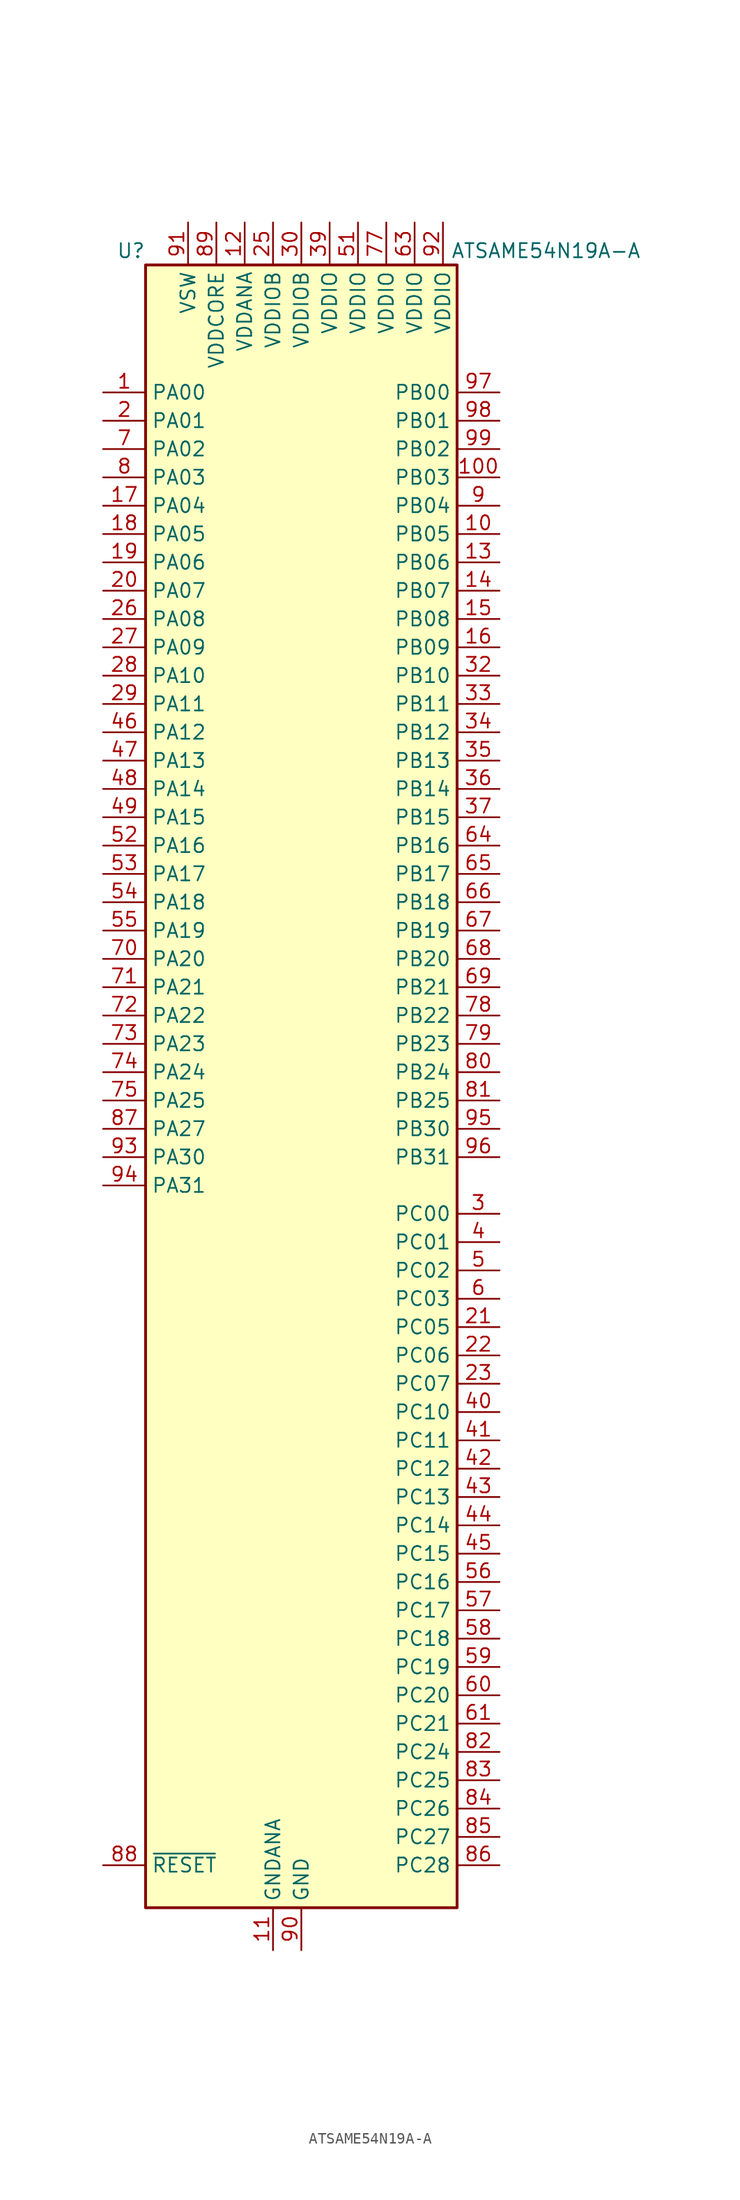
<source format=kicad_sym>
(kicad_symbol_lib
  (version 20201005)
  (generator kicad_symbol_editor)
  (symbol "ATSAME54N19A-A"
    (property "Reference" "U"
      (at -13.97 76.2 0)
      (effects (font (size 1.27 1.27)) (justify right)))
    (property "Value" "ATSAME54N19A-A"
      (at 30.48 76.2 0)
      (effects (font (size 1.27 1.27)) (justify right)))
    (symbol "ATSAME54N19A-A_1_1"
      (rectangle (start -13.97 74.93) (end 13.97 -72.39) (stroke (width 0.254)) (fill (type background)))
      (pin bidirectional line (at -17.78 63.5 0) (length 3.81) (name "PA00" (effects (font (size 1.27 1.27)))) (number "1" (effects (font (size 1.27 1.27)))))
      (pin bidirectional line (at 17.78 50.8 180) (length 3.81) (name "PB05" (effects (font (size 1.27 1.27)))) (number "10" (effects (font (size 1.27 1.27)))))
      (pin bidirectional line (at 17.78 55.88 180) (length 3.81) (name "PB03" (effects (font (size 1.27 1.27)))) (number "100" (effects (font (size 1.27 1.27)))))
      (pin power_in line (at -2.54 -76.2 90) (length 3.81) (name "GNDANA" (effects (font (size 1.27 1.27)))) (number "11" (effects (font (size 1.27 1.27)))))
      (pin power_in line (at -5.08 78.74 270) (length 3.81) (name "VDDANA" (effects (font (size 1.27 1.27)))) (number "12" (effects (font (size 1.27 1.27)))))
      (pin bidirectional line (at 17.78 48.26 180) (length 3.81) (name "PB06" (effects (font (size 1.27 1.27)))) (number "13" (effects (font (size 1.27 1.27)))))
      (pin bidirectional line (at 17.78 45.72 180) (length 3.81) (name "PB07" (effects (font (size 1.27 1.27)))) (number "14" (effects (font (size 1.27 1.27)))))
      (pin bidirectional line (at 17.78 43.18 180) (length 3.81) (name "PB08" (effects (font (size 1.27 1.27)))) (number "15" (effects (font (size 1.27 1.27)))))
      (pin bidirectional line (at 17.78 40.64 180) (length 3.81) (name "PB09" (effects (font (size 1.27 1.27)))) (number "16" (effects (font (size 1.27 1.27)))))
      (pin bidirectional line (at -17.78 53.34 0) (length 3.81) (name "PA04" (effects (font (size 1.27 1.27)))) (number "17" (effects (font (size 1.27 1.27)))))
      (pin bidirectional line (at -17.78 50.8 0) (length 3.81) (name "PA05" (effects (font (size 1.27 1.27)))) (number "18" (effects (font (size 1.27 1.27)))))
      (pin bidirectional line (at -17.78 48.26 0) (length 3.81) (name "PA06" (effects (font (size 1.27 1.27)))) (number "19" (effects (font (size 1.27 1.27)))))
      (pin bidirectional line (at -17.78 60.96 0) (length 3.81) (name "PA01" (effects (font (size 1.27 1.27)))) (number "2" (effects (font (size 1.27 1.27)))))
      (pin bidirectional line (at -17.78 45.72 0) (length 3.81) (name "PA07" (effects (font (size 1.27 1.27)))) (number "20" (effects (font (size 1.27 1.27)))))
      (pin bidirectional line (at 17.78 -20.32 180) (length 3.81) (name "PC05" (effects (font (size 1.27 1.27)))) (number "21" (effects (font (size 1.27 1.27)))))
      (pin bidirectional line (at 17.78 -22.86 180) (length 3.81) (name "PC06" (effects (font (size 1.27 1.27)))) (number "22" (effects (font (size 1.27 1.27)))))
      (pin bidirectional line (at 17.78 -25.4 180) (length 3.81) (name "PC07" (effects (font (size 1.27 1.27)))) (number "23" (effects (font (size 1.27 1.27)))))
      (pin passive line (at 0 -76.2 90) (length 3.81) hide (name "GND" (effects (font (size 1.27 1.27)))) (number "24" (effects (font (size 1.27 1.27)))))
      (pin power_in line (at -2.54 78.74 270) (length 3.81) (name "VDDIOB" (effects (font (size 1.27 1.27)))) (number "25" (effects (font (size 1.27 1.27)))))
      (pin bidirectional line (at -17.78 43.18 0) (length 3.81) (name "PA08" (effects (font (size 1.27 1.27)))) (number "26" (effects (font (size 1.27 1.27)))))
      (pin bidirectional line (at -17.78 40.64 0) (length 3.81) (name "PA09" (effects (font (size 1.27 1.27)))) (number "27" (effects (font (size 1.27 1.27)))))
      (pin bidirectional line (at -17.78 38.1 0) (length 3.81) (name "PA10" (effects (font (size 1.27 1.27)))) (number "28" (effects (font (size 1.27 1.27)))))
      (pin bidirectional line (at -17.78 35.56 0) (length 3.81) (name "PA11" (effects (font (size 1.27 1.27)))) (number "29" (effects (font (size 1.27 1.27)))))
      (pin bidirectional line (at 17.78 -10.16 180) (length 3.81) (name "PC00" (effects (font (size 1.27 1.27)))) (number "3" (effects (font (size 1.27 1.27)))))
      (pin power_in line (at 0 78.74 270) (length 3.81) (name "VDDIOB" (effects (font (size 1.27 1.27)))) (number "30" (effects (font (size 1.27 1.27)))))
      (pin passive line (at 0 -76.2 90) (length 3.81) hide (name "GND" (effects (font (size 1.27 1.27)))) (number "31" (effects (font (size 1.27 1.27)))))
      (pin bidirectional line (at 17.78 38.1 180) (length 3.81) (name "PB10" (effects (font (size 1.27 1.27)))) (number "32" (effects (font (size 1.27 1.27)))))
      (pin bidirectional line (at 17.78 35.56 180) (length 3.81) (name "PB11" (effects (font (size 1.27 1.27)))) (number "33" (effects (font (size 1.27 1.27)))))
      (pin bidirectional line (at 17.78 33.02 180) (length 3.81) (name "PB12" (effects (font (size 1.27 1.27)))) (number "34" (effects (font (size 1.27 1.27)))))
      (pin bidirectional line (at 17.78 30.48 180) (length 3.81) (name "PB13" (effects (font (size 1.27 1.27)))) (number "35" (effects (font (size 1.27 1.27)))))
      (pin bidirectional line (at 17.78 27.94 180) (length 3.81) (name "PB14" (effects (font (size 1.27 1.27)))) (number "36" (effects (font (size 1.27 1.27)))))
      (pin bidirectional line (at 17.78 25.4 180) (length 3.81) (name "PB15" (effects (font (size 1.27 1.27)))) (number "37" (effects (font (size 1.27 1.27)))))
      (pin passive line (at 0 -76.2 90) (length 3.81) hide (name "GND" (effects (font (size 1.27 1.27)))) (number "38" (effects (font (size 1.27 1.27)))))
      (pin power_in line (at 2.54 78.74 270) (length 3.81) (name "VDDIO" (effects (font (size 1.27 1.27)))) (number "39" (effects (font (size 1.27 1.27)))))
      (pin bidirectional line (at 17.78 -12.7 180) (length 3.81) (name "PC01" (effects (font (size 1.27 1.27)))) (number "4" (effects (font (size 1.27 1.27)))))
      (pin bidirectional line (at 17.78 -27.94 180) (length 3.81) (name "PC10" (effects (font (size 1.27 1.27)))) (number "40" (effects (font (size 1.27 1.27)))))
      (pin bidirectional line (at 17.78 -30.48 180) (length 3.81) (name "PC11" (effects (font (size 1.27 1.27)))) (number "41" (effects (font (size 1.27 1.27)))))
      (pin bidirectional line (at 17.78 -33.02 180) (length 3.81) (name "PC12" (effects (font (size 1.27 1.27)))) (number "42" (effects (font (size 1.27 1.27)))))
      (pin bidirectional line (at 17.78 -35.56 180) (length 3.81) (name "PC13" (effects (font (size 1.27 1.27)))) (number "43" (effects (font (size 1.27 1.27)))))
      (pin bidirectional line (at 17.78 -38.1 180) (length 3.81) (name "PC14" (effects (font (size 1.27 1.27)))) (number "44" (effects (font (size 1.27 1.27)))))
      (pin bidirectional line (at 17.78 -40.64 180) (length 3.81) (name "PC15" (effects (font (size 1.27 1.27)))) (number "45" (effects (font (size 1.27 1.27)))))
      (pin bidirectional line (at -17.78 33.02 0) (length 3.81) (name "PA12" (effects (font (size 1.27 1.27)))) (number "46" (effects (font (size 1.27 1.27)))))
      (pin bidirectional line (at -17.78 30.48 0) (length 3.81) (name "PA13" (effects (font (size 1.27 1.27)))) (number "47" (effects (font (size 1.27 1.27)))))
      (pin bidirectional line (at -17.78 27.94 0) (length 3.81) (name "PA14" (effects (font (size 1.27 1.27)))) (number "48" (effects (font (size 1.27 1.27)))))
      (pin bidirectional line (at -17.78 25.4 0) (length 3.81) (name "PA15" (effects (font (size 1.27 1.27)))) (number "49" (effects (font (size 1.27 1.27)))))
      (pin bidirectional line (at 17.78 -15.24 180) (length 3.81) (name "PC02" (effects (font (size 1.27 1.27)))) (number "5" (effects (font (size 1.27 1.27)))))
      (pin passive line (at 0 -76.2 90) (length 3.81) hide (name "GND" (effects (font (size 1.27 1.27)))) (number "50" (effects (font (size 1.27 1.27)))))
      (pin power_in line (at 5.08 78.74 270) (length 3.81) (name "VDDIO" (effects (font (size 1.27 1.27)))) (number "51" (effects (font (size 1.27 1.27)))))
      (pin bidirectional line (at -17.78 22.86 0) (length 3.81) (name "PA16" (effects (font (size 1.27 1.27)))) (number "52" (effects (font (size 1.27 1.27)))))
      (pin bidirectional line (at -17.78 20.32 0) (length 3.81) (name "PA17" (effects (font (size 1.27 1.27)))) (number "53" (effects (font (size 1.27 1.27)))))
      (pin bidirectional line (at -17.78 17.78 0) (length 3.81) (name "PA18" (effects (font (size 1.27 1.27)))) (number "54" (effects (font (size 1.27 1.27)))))
      (pin bidirectional line (at -17.78 15.24 0) (length 3.81) (name "PA19" (effects (font (size 1.27 1.27)))) (number "55" (effects (font (size 1.27 1.27)))))
      (pin bidirectional line (at 17.78 -43.18 180) (length 3.81) (name "PC16" (effects (font (size 1.27 1.27)))) (number "56" (effects (font (size 1.27 1.27)))))
      (pin bidirectional line (at 17.78 -45.72 180) (length 3.81) (name "PC17" (effects (font (size 1.27 1.27)))) (number "57" (effects (font (size 1.27 1.27)))))
      (pin bidirectional line (at 17.78 -48.26 180) (length 3.81) (name "PC18" (effects (font (size 1.27 1.27)))) (number "58" (effects (font (size 1.27 1.27)))))
      (pin bidirectional line (at 17.78 -50.8 180) (length 3.81) (name "PC19" (effects (font (size 1.27 1.27)))) (number "59" (effects (font (size 1.27 1.27)))))
      (pin bidirectional line (at 17.78 -17.78 180) (length 3.81) (name "PC03" (effects (font (size 1.27 1.27)))) (number "6" (effects (font (size 1.27 1.27)))))
      (pin bidirectional line (at 17.78 -53.34 180) (length 3.81) (name "PC20" (effects (font (size 1.27 1.27)))) (number "60" (effects (font (size 1.27 1.27)))))
      (pin bidirectional line (at 17.78 -55.88 180) (length 3.81) (name "PC21" (effects (font (size 1.27 1.27)))) (number "61" (effects (font (size 1.27 1.27)))))
      (pin passive line (at 0 -76.2 90) (length 3.81) hide (name "GND" (effects (font (size 1.27 1.27)))) (number "62" (effects (font (size 1.27 1.27)))))
      (pin power_in line (at 10.16 78.74 270) (length 3.81) (name "VDDIO" (effects (font (size 1.27 1.27)))) (number "63" (effects (font (size 1.27 1.27)))))
      (pin bidirectional line (at 17.78 22.86 180) (length 3.81) (name "PB16" (effects (font (size 1.27 1.27)))) (number "64" (effects (font (size 1.27 1.27)))))
      (pin bidirectional line (at 17.78 20.32 180) (length 3.81) (name "PB17" (effects (font (size 1.27 1.27)))) (number "65" (effects (font (size 1.27 1.27)))))
      (pin bidirectional line (at 17.78 17.78 180) (length 3.81) (name "PB18" (effects (font (size 1.27 1.27)))) (number "66" (effects (font (size 1.27 1.27)))))
      (pin bidirectional line (at 17.78 15.24 180) (length 3.81) (name "PB19" (effects (font (size 1.27 1.27)))) (number "67" (effects (font (size 1.27 1.27)))))
      (pin bidirectional line (at 17.78 12.7 180) (length 3.81) (name "PB20" (effects (font (size 1.27 1.27)))) (number "68" (effects (font (size 1.27 1.27)))))
      (pin bidirectional line (at 17.78 10.16 180) (length 3.81) (name "PB21" (effects (font (size 1.27 1.27)))) (number "69" (effects (font (size 1.27 1.27)))))
      (pin bidirectional line (at -17.78 58.42 0) (length 3.81) (name "PA02" (effects (font (size 1.27 1.27)))) (number "7" (effects (font (size 1.27 1.27)))))
      (pin bidirectional line (at -17.78 12.7 0) (length 3.81) (name "PA20" (effects (font (size 1.27 1.27)))) (number "70" (effects (font (size 1.27 1.27)))))
      (pin bidirectional line (at -17.78 10.16 0) (length 3.81) (name "PA21" (effects (font (size 1.27 1.27)))) (number "71" (effects (font (size 1.27 1.27)))))
      (pin bidirectional line (at -17.78 7.62 0) (length 3.81) (name "PA22" (effects (font (size 1.27 1.27)))) (number "72" (effects (font (size 1.27 1.27)))))
      (pin bidirectional line (at -17.78 5.08 0) (length 3.81) (name "PA23" (effects (font (size 1.27 1.27)))) (number "73" (effects (font (size 1.27 1.27)))))
      (pin bidirectional line (at -17.78 2.54 0) (length 3.81) (name "PA24" (effects (font (size 1.27 1.27)))) (number "74" (effects (font (size 1.27 1.27)))))
      (pin bidirectional line (at -17.78 0 0) (length 3.81) (name "PA25" (effects (font (size 1.27 1.27)))) (number "75" (effects (font (size 1.27 1.27)))))
      (pin passive line (at 0 -76.2 90) (length 3.81) hide (name "GND" (effects (font (size 1.27 1.27)))) (number "76" (effects (font (size 1.27 1.27)))))
      (pin power_in line (at 7.62 78.74 270) (length 3.81) (name "VDDIO" (effects (font (size 1.27 1.27)))) (number "77" (effects (font (size 1.27 1.27)))))
      (pin bidirectional line (at 17.78 7.62 180) (length 3.81) (name "PB22" (effects (font (size 1.27 1.27)))) (number "78" (effects (font (size 1.27 1.27)))))
      (pin bidirectional line (at 17.78 5.08 180) (length 3.81) (name "PB23" (effects (font (size 1.27 1.27)))) (number "79" (effects (font (size 1.27 1.27)))))
      (pin bidirectional line (at -17.78 55.88 0) (length 3.81) (name "PA03" (effects (font (size 1.27 1.27)))) (number "8" (effects (font (size 1.27 1.27)))))
      (pin bidirectional line (at 17.78 2.54 180) (length 3.81) (name "PB24" (effects (font (size 1.27 1.27)))) (number "80" (effects (font (size 1.27 1.27)))))
      (pin bidirectional line (at 17.78 0 180) (length 3.81) (name "PB25" (effects (font (size 1.27 1.27)))) (number "81" (effects (font (size 1.27 1.27)))))
      (pin bidirectional line (at 17.78 -58.42 180) (length 3.81) (name "PC24" (effects (font (size 1.27 1.27)))) (number "82" (effects (font (size 1.27 1.27)))))
      (pin bidirectional line (at 17.78 -60.96 180) (length 3.81) (name "PC25" (effects (font (size 1.27 1.27)))) (number "83" (effects (font (size 1.27 1.27)))))
      (pin bidirectional line (at 17.78 -63.5 180) (length 3.81) (name "PC26" (effects (font (size 1.27 1.27)))) (number "84" (effects (font (size 1.27 1.27)))))
      (pin bidirectional line (at 17.78 -66.04 180) (length 3.81) (name "PC27" (effects (font (size 1.27 1.27)))) (number "85" (effects (font (size 1.27 1.27)))))
      (pin bidirectional line (at 17.78 -68.58 180) (length 3.81) (name "PC28" (effects (font (size 1.27 1.27)))) (number "86" (effects (font (size 1.27 1.27)))))
      (pin bidirectional line (at -17.78 -2.54 0) (length 3.81) (name "PA27" (effects (font (size 1.27 1.27)))) (number "87" (effects (font (size 1.27 1.27)))))
      (pin input line (at -17.78 -68.58 0) (length 3.81) (name "~RESET" (effects (font (size 1.27 1.27)))) (number "88" (effects (font (size 1.27 1.27)))))
      (pin power_out line (at -7.62 78.74 270) (length 3.81) (name "VDDCORE" (effects (font (size 1.27 1.27)))) (number "89" (effects (font (size 1.27 1.27)))))
      (pin bidirectional line (at 17.78 53.34 180) (length 3.81) (name "PB04" (effects (font (size 1.27 1.27)))) (number "9" (effects (font (size 1.27 1.27)))))
      (pin power_in line (at 0 -76.2 90) (length 3.81) (name "GND" (effects (font (size 1.27 1.27)))) (number "90" (effects (font (size 1.27 1.27)))))
      (pin power_in line (at -10.16 78.74 270) (length 3.81) (name "VSW" (effects (font (size 1.27 1.27)))) (number "91" (effects (font (size 1.27 1.27)))))
      (pin power_in line (at 12.7 78.74 270) (length 3.81) (name "VDDIO" (effects (font (size 1.27 1.27)))) (number "92" (effects (font (size 1.27 1.27)))))
      (pin bidirectional line (at -17.78 -5.08 0) (length 3.81) (name "PA30" (effects (font (size 1.27 1.27)))) (number "93" (effects (font (size 1.27 1.27)))))
      (pin bidirectional line (at -17.78 -7.62 0) (length 3.81) (name "PA31" (effects (font (size 1.27 1.27)))) (number "94" (effects (font (size 1.27 1.27)))))
      (pin bidirectional line (at 17.78 -2.54 180) (length 3.81) (name "PB30" (effects (font (size 1.27 1.27)))) (number "95" (effects (font (size 1.27 1.27)))))
      (pin bidirectional line (at 17.78 -5.08 180) (length 3.81) (name "PB31" (effects (font (size 1.27 1.27)))) (number "96" (effects (font (size 1.27 1.27)))))
      (pin bidirectional line (at 17.78 63.5 180) (length 3.81) (name "PB00" (effects (font (size 1.27 1.27)))) (number "97" (effects (font (size 1.27 1.27)))))
      (pin bidirectional line (at 17.78 60.96 180) (length 3.81) (name "PB01" (effects (font (size 1.27 1.27)))) (number "98" (effects (font (size 1.27 1.27)))))
      (pin bidirectional line (at 17.78 58.42 180) (length 3.81) (name "PB02" (effects (font (size 1.27 1.27)))) (number "99" (effects (font (size 1.27 1.27))))))))
</source>
